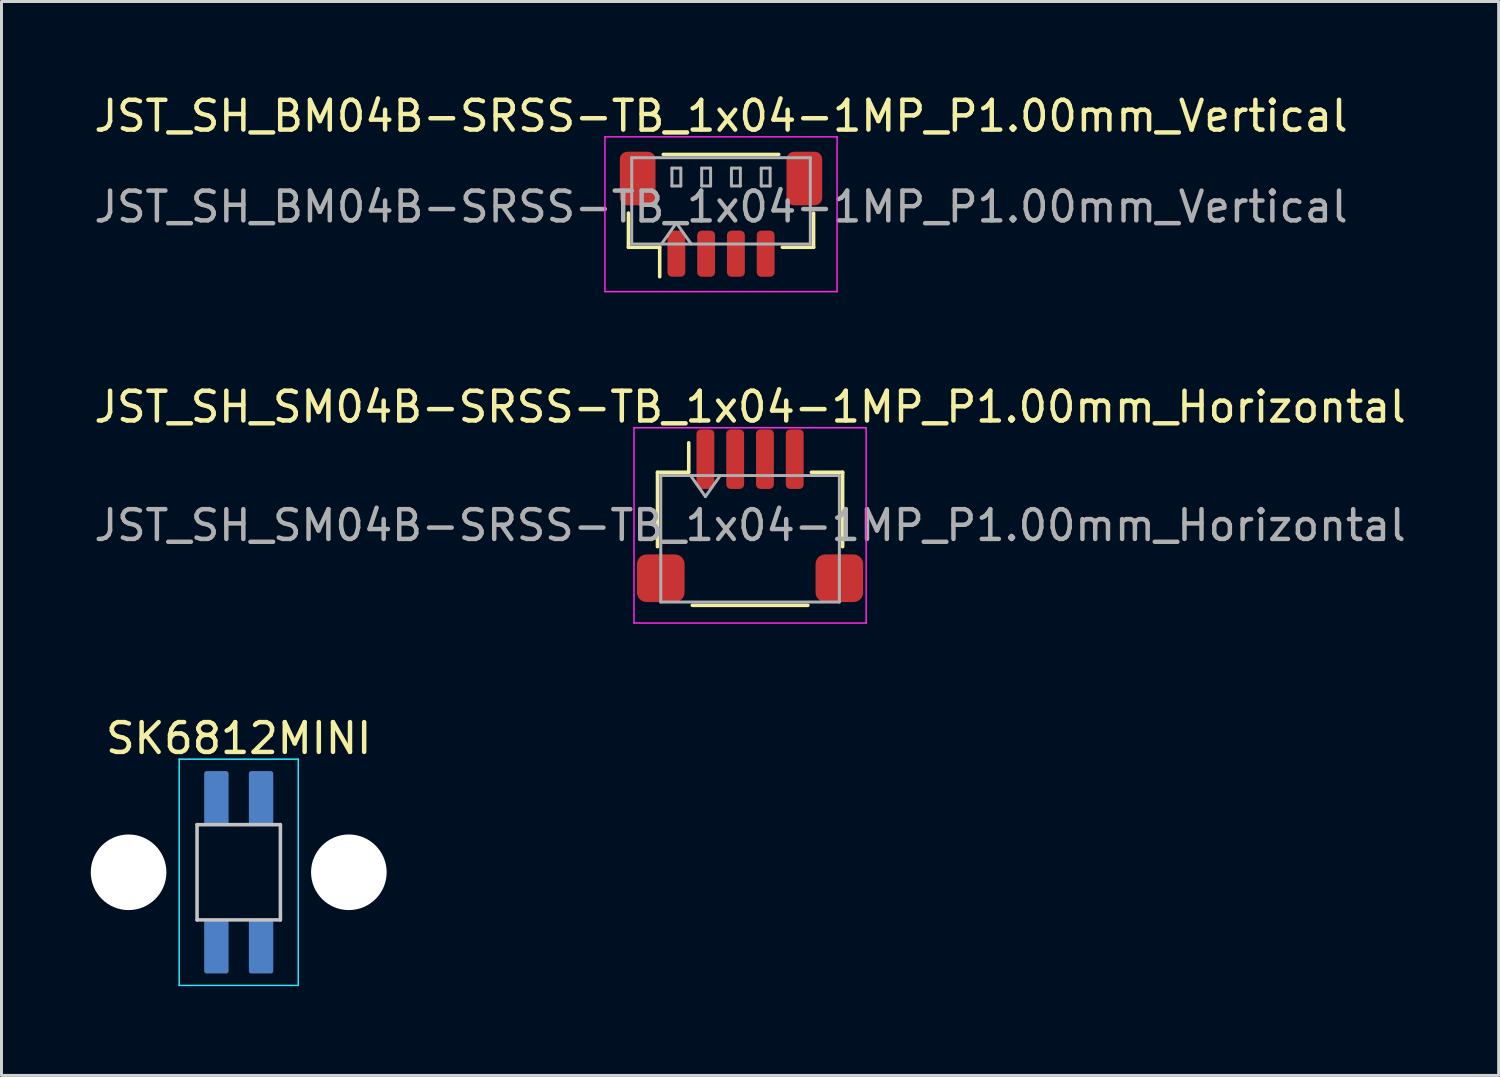
<source format=kicad_pcb>
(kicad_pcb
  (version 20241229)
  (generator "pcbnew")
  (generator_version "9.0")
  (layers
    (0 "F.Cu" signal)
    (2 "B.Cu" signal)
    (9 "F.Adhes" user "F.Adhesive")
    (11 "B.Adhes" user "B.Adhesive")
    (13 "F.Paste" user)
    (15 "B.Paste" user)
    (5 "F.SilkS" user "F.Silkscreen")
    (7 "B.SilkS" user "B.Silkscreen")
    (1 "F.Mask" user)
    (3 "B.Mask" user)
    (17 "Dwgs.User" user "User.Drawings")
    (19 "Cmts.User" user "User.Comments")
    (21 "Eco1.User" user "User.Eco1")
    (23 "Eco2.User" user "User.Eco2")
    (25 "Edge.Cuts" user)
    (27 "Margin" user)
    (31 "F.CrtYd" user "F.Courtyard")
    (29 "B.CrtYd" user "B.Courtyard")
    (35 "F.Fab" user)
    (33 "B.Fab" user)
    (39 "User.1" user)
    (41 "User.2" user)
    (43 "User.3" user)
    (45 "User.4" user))
  (footprint "JST_SH_SM04B-SRSS-TB_1x04-1MP_P1.00mm_Horizontal"
    (layer "F.Cu")
    (at 22.149 14.601)
    (property "Reference" "JST_SH_SM04B-SRSS-TB_1x04-1MP_P1.00mm_Horizontal" (at 0 -3.98 0) (layer "F.SilkS") (effects (font (size 1 1) (thickness 0.15))))
    (attr smd)
    (fp_line (start -3.11 -1.785) (end -2.06 -1.785) (stroke (width 0.12) (type solid)) (layer "F.SilkS"))
    (fp_line (start -3.11 0.715) (end -3.11 -1.785) (stroke (width 0.12) (type solid)) (layer "F.SilkS"))
    (fp_line (start -2.06 -1.785) (end -2.06 -2.775) (stroke (width 0.12) (type solid)) (layer "F.SilkS"))
    (fp_line (start -1.94 2.685) (end 1.94 2.685) (stroke (width 0.12) (type solid)) (layer "F.SilkS"))
    (fp_line (start 3.11 -1.785) (end 2.06 -1.785) (stroke (width 0.12) (type solid)) (layer "F.SilkS"))
    (fp_line (start 3.11 0.715) (end 3.11 -1.785) (stroke (width 0.12) (type solid)) (layer "F.SilkS"))
    (fp_line (start -3.9 -3.28) (end -3.9 3.28) (stroke (width 0.05) (type solid)) (layer "F.CrtYd"))
    (fp_line (start -3.9 3.28) (end 3.9 3.28) (stroke (width 0.05) (type solid)) (layer "F.CrtYd"))
    (fp_line (start 3.9 -3.28) (end -3.9 -3.28) (stroke (width 0.05) (type solid)) (layer "F.CrtYd"))
    (fp_line (start 3.9 3.28) (end 3.9 -3.28) (stroke (width 0.05) (type solid)) (layer "F.CrtYd"))
    (fp_line (start -3 -1.675) (end -3 2.575) (stroke (width 0.1) (type solid)) (layer "F.Fab"))
    (fp_line (start -3 -1.675) (end 3 -1.675) (stroke (width 0.1) (type solid)) (layer "F.Fab"))
    (fp_line (start -3 2.575) (end 3 2.575) (stroke (width 0.1) (type solid)) (layer "F.Fab"))
    (fp_line (start -2 -1.675) (end -1.5 -0.968) (stroke (width 0.1) (type solid)) (layer "F.Fab"))
    (fp_line (start -1.5 -0.968) (end -1 -1.675) (stroke (width 0.1) (type solid)) (layer "F.Fab"))
    (fp_line (start 3 -1.675) (end 3 2.575) (stroke (width 0.1) (type solid)) (layer "F.Fab"))
    (fp_text user "${REFERENCE}" (at 0 0 0) (layer "F.Fab") (effects (font (size 1 1) (thickness 0.15))))
    (pad "1" smd roundrect (at -1.5 -2.225) (size 0.6 2) (layers "F.Cu" "F.Mask" "F.Paste") (roundrect_rratio 0.25))
    (pad "2" smd roundrect (at -0.5 -2.225) (size 0.6 2) (layers "F.Cu" "F.Mask" "F.Paste") (roundrect_rratio 0.25))
    (pad "3" smd roundrect (at 0.5 -2.225) (size 0.6 2) (layers "F.Cu" "F.Mask" "F.Paste") (roundrect_rratio 0.25))
    (pad "4" smd roundrect (at 1.5 -2.225) (size 0.6 2) (layers "F.Cu" "F.Mask" "F.Paste") (roundrect_rratio 0.25))
    (pad "MP" smd roundrect (at -3 1.775) (size 1.6 1.6) (layers "F.Cu" "F.Mask" "F.Paste") (roundrect_rratio 0.2))
    (pad "MP" smd roundrect (at 3 1.775) (size 1.6 1.6) (layers "F.Cu" "F.Mask" "F.Paste") (roundrect_rratio 0.2)))
  (footprint "JST_SH_BM04B-SRSS-TB_1x04-1MP_P1.00mm_Vertical"
    (layer "F.Cu")
    (at 21.173 4.148)
    (property "Reference" "JST_SH_BM04B-SRSS-TB_1x04-1MP_P1.00mm_Vertical" (at 0 -3.3 0) (layer "F.SilkS") (effects (font (size 1 1) (thickness 0.15))))
    (attr smd)
    (fp_line (start -3.11 -0.04) (end -3.11 1.11) (stroke (width 0.12) (type solid)) (layer "F.SilkS"))
    (fp_line (start -3.11 1.11) (end -2.06 1.11) (stroke (width 0.12) (type solid)) (layer "F.SilkS"))
    (fp_line (start -2.06 1.11) (end -2.06 2.1) (stroke (width 0.12) (type solid)) (layer "F.SilkS"))
    (fp_line (start -1.94 -2.01) (end 1.94 -2.01) (stroke (width 0.12) (type solid)) (layer "F.SilkS"))
    (fp_line (start 3.11 -0.04) (end 3.11 1.11) (stroke (width 0.12) (type solid)) (layer "F.SilkS"))
    (fp_line (start 3.11 1.11) (end 2.06 1.11) (stroke (width 0.12) (type solid)) (layer "F.SilkS"))
    (fp_line (start -3.9 -2.6) (end -3.9 2.6) (stroke (width 0.05) (type solid)) (layer "F.CrtYd"))
    (fp_line (start -3.9 2.6) (end 3.9 2.6) (stroke (width 0.05) (type solid)) (layer "F.CrtYd"))
    (fp_line (start 3.9 -2.6) (end -3.9 -2.6) (stroke (width 0.05) (type solid)) (layer "F.CrtYd"))
    (fp_line (start 3.9 2.6) (end 3.9 -2.6) (stroke (width 0.05) (type solid)) (layer "F.CrtYd"))
    (fp_line (start -3 -1.9) (end 3 -1.9) (stroke (width 0.1) (type solid)) (layer "F.Fab"))
    (fp_line (start -3 1) (end -3 -1.9) (stroke (width 0.1) (type solid)) (layer "F.Fab"))
    (fp_line (start -3 1) (end 3 1) (stroke (width 0.1) (type solid)) (layer "F.Fab"))
    (fp_line (start -2 1) (end -1.5 0.293) (stroke (width 0.1) (type solid)) (layer "F.Fab"))
    (fp_line (start -1.65 -1.55) (end -1.65 -0.95) (stroke (width 0.1) (type solid)) (layer "F.Fab"))
    (fp_line (start -1.65 -0.95) (end -1.35 -0.95) (stroke (width 0.1) (type solid)) (layer "F.Fab"))
    (fp_line (start -1.5 0.293) (end -1 1) (stroke (width 0.1) (type solid)) (layer "F.Fab"))
    (fp_line (start -1.35 -1.55) (end -1.65 -1.55) (stroke (width 0.1) (type solid)) (layer "F.Fab"))
    (fp_line (start -1.35 -0.95) (end -1.35 -1.55) (stroke (width 0.1) (type solid)) (layer "F.Fab"))
    (fp_line (start -0.65 -1.55) (end -0.65 -0.95) (stroke (width 0.1) (type solid)) (layer "F.Fab"))
    (fp_line (start -0.65 -0.95) (end -0.35 -0.95) (stroke (width 0.1) (type solid)) (layer "F.Fab"))
    (fp_line (start -0.35 -1.55) (end -0.65 -1.55) (stroke (width 0.1) (type solid)) (layer "F.Fab"))
    (fp_line (start -0.35 -0.95) (end -0.35 -1.55) (stroke (width 0.1) (type solid)) (layer "F.Fab"))
    (fp_line (start 0.35 -1.55) (end 0.35 -0.95) (stroke (width 0.1) (type solid)) (layer "F.Fab"))
    (fp_line (start 0.35 -0.95) (end 0.65 -0.95) (stroke (width 0.1) (type solid)) (layer "F.Fab"))
    (fp_line (start 0.65 -1.55) (end 0.35 -1.55) (stroke (width 0.1) (type solid)) (layer "F.Fab"))
    (fp_line (start 0.65 -0.95) (end 0.65 -1.55) (stroke (width 0.1) (type solid)) (layer "F.Fab"))
    (fp_line (start 1.35 -1.55) (end 1.35 -0.95) (stroke (width 0.1) (type solid)) (layer "F.Fab"))
    (fp_line (start 1.35 -0.95) (end 1.65 -0.95) (stroke (width 0.1) (type solid)) (layer "F.Fab"))
    (fp_line (start 1.65 -1.55) (end 1.35 -1.55) (stroke (width 0.1) (type solid)) (layer "F.Fab"))
    (fp_line (start 1.65 -0.95) (end 1.65 -1.55) (stroke (width 0.1) (type solid)) (layer "F.Fab"))
    (fp_line (start 3 1) (end 3 -1.9) (stroke (width 0.1) (type solid)) (layer "F.Fab"))
    (fp_text user "${REFERENCE}" (at 0 -0.25 0) (layer "F.Fab") (effects (font (size 1 1) (thickness 0.15))))
    (pad "1" smd roundrect (at -1.5 1.325) (size 0.6 1.55) (layers "F.Cu" "F.Mask" "F.Paste") (roundrect_rratio 0.25))
    (pad "2" smd roundrect (at -0.5 1.325) (size 0.6 1.55) (layers "F.Cu" "F.Mask" "F.Paste") (roundrect_rratio 0.25))
    (pad "3" smd roundrect (at 0.5 1.325) (size 0.6 1.55) (layers "F.Cu" "F.Mask" "F.Paste") (roundrect_rratio 0.25))
    (pad "4" smd roundrect (at 1.5 1.325) (size 0.6 1.55) (layers "F.Cu" "F.Mask" "F.Paste") (roundrect_rratio 0.25))
    (pad "MP" smd roundrect (at -2.8 -1.2) (size 1.2 1.8) (layers "F.Cu" "F.Mask" "F.Paste") (roundrect_rratio 0.208))
    (pad "MP" smd roundrect (at 2.8 -1.2) (size 1.2 1.8) (layers "F.Cu" "F.Mask" "F.Paste") (roundrect_rratio 0.208)))
  (footprint "SK6812MINI"
    (layer "F.Cu")
    (at 4.97 26.255)
    (property "Reference" "SK6812MINI" (at 0 -4.5 180) (layer "F.SilkS") (effects (font (size 1 1) (thickness 0.15))))
    (attr smd)
    (fp_line (start -1.4 -1.6) (end -1.4 1.6) (stroke (width 0.12) (type solid)) (layer "Dwgs.User"))
    (fp_line (start -1.4 1.6) (end 1.4 1.6) (stroke (width 0.12) (type solid)) (layer "Dwgs.User"))
    (fp_line (start 1.4 -1.6) (end -1.4 -1.6) (stroke (width 0.12) (type solid)) (layer "Dwgs.User"))
    (fp_line (start 1.4 1.6) (end 1.4 -1.6) (stroke (width 0.12) (type solid)) (layer "Dwgs.User"))
    (fp_line (start -2 -3.8) (end -2 3.8) (stroke (width 0.05) (type solid)) (layer "B.CrtYd"))
    (fp_line (start -2 3.8) (end 2 3.8) (stroke (width 0.05) (type solid)) (layer "B.CrtYd"))
    (fp_line (start 2 -3.8) (end -2 -3.8) (stroke (width 0.05) (type solid)) (layer "B.CrtYd"))
    (fp_line (start 2 3.8) (end 2 -3.8) (stroke (width 0.05) (type solid)) (layer "B.CrtYd"))
    (pad "" np_thru_hole circle (at -3.7 0) (size 2.54 2.54) (drill 2.54) (layers "*.Cu" "*.Mask"))
    (pad "" np_thru_hole circle (at 3.7 0) (size 2.54 2.54) (drill 2.54) (layers "*.Cu" "*.Mask"))
    (pad "1" smd roundrect (at -0.75 2.5) (size 0.82 1.8) (layers "B.Cu" "B.Mask" "B.Paste") (roundrect_rratio 0.1))
    (pad "2" smd roundrect (at 0.75 2.5) (size 0.82 1.8) (layers "B.Cu" "B.Mask" "B.Paste") (roundrect_rratio 0.1))
    (pad "3" smd roundrect (at 0.75 -2.5) (size 0.82 1.8) (layers "B.Cu" "B.Mask" "B.Paste") (roundrect_rratio 0.1))
    (pad "4" smd roundrect (at -0.75 -2.5) (size 0.82 1.8) (layers "B.Cu" "B.Mask" "B.Paste") (roundrect_rratio 0.1)))
  (gr_rect
    (start -3 -3)
    (end 47.298 33.08)
    (stroke (width 0.1) (type default))
    (fill no)
    (layer "Edge.Cuts")))
</source>
